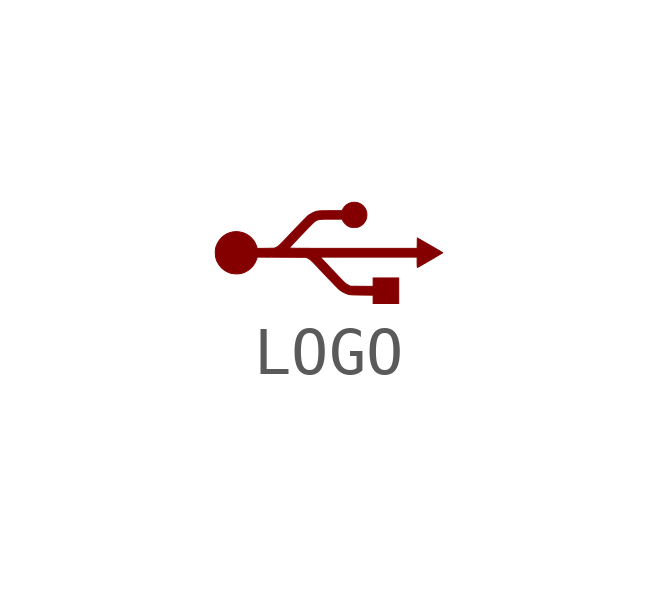
<source format=kicad_sym>
(kicad_symbol_lib
  (version 20220914)
  (generator bitmap2component)
  (symbol "LOGO"
    (pin_names
      (offset 1.016))
    (property "Reference" "#G"
      (at 0 0.564 0)
      (effects (font (size 1.27 1.27)) hide))
    (symbol "LOGO_0_0"
      (polyline (pts (xy 1.459 -0.792) (xy 1.459 -0.526) (xy 1.192 -0.526) (xy 0.926 -0.526) (xy 0.926 -0.614) (xy 0.926 -0.702) (xy 0.688 -0.7) (xy 0.451 -0.698) (xy 0.397 -0.67) (xy 0.389 -0.665) (xy 0.373 -0.656) (xy 0.358 -0.646) (xy 0.342 -0.633) (xy 0.323 -0.616) (xy 0.301 -0.594) (xy 0.273 -0.565) (xy 0.238 -0.529) (xy 0.195 -0.484) (xy 0.156 -0.442) (xy 0.108 -0.392) (xy 0.06 -0.341) (xy 0.013 -0.291) (xy -0.029 -0.246) (xy -0.065 -0.209) (xy -0.177 -0.091) (xy 0.834 -0.091) (xy 1.844 -0.091) (xy 1.844 -0.201) (xy 1.844 -0.223) (xy 1.845 -0.257) (xy 1.846 -0.284) (xy 1.848 -0.302) (xy 1.85 -0.307) (xy 1.857 -0.304) (xy 1.875 -0.294) (xy 1.902 -0.279) (xy 1.936 -0.259) (xy 1.976 -0.236) (xy 2.021 -0.21) (xy 2.068 -0.183) (xy 2.117 -0.154) (xy 2.166 -0.126) (xy 2.213 -0.098) (xy 2.257 -0.072) (xy 2.296 -0.049) (xy 2.329 -0.029) (xy 2.355 -0.014) (xy 2.371 -0.004) (xy 2.377 -0.000200) (xy 2.374 0.002) (xy 2.361 0.01) (xy 2.338 0.024) (xy 2.306 0.043) (xy 2.266 0.067) (xy 2.219 0.094) (xy 2.168 0.124) (xy 2.112 0.156) (xy 1.848 0.308) (xy 1.846 0.2) (xy 1.844 0.091) (xy 0.507 0.091) (xy 0.419 0.091) (xy 0.266 0.091) (xy 0.126 0.091) (xy -0.002 0.091) (xy -0.118 0.091) (xy -0.223 0.091) (xy -0.316 0.091) (xy -0.4 0.092) (xy -0.473 0.092) (xy -0.538 0.092) (xy -0.595 0.092) (xy -0.643 0.093) (xy -0.684 0.093) (xy -0.718 0.094) (xy -0.747 0.094) (xy -0.769 0.095) (xy -0.787 0.096) (xy -0.8 0.097) (xy -0.809 0.098) (xy -0.816 0.099) (xy -0.819 0.1) (xy -0.821 0.102) (xy -0.821 0.103) (xy -0.82 0.105) (xy -0.819 0.105) (xy -0.81 0.116) (xy -0.793 0.134) (xy -0.768 0.161) (xy -0.737 0.195) (xy -0.7 0.234) (xy -0.658 0.278) (xy -0.613 0.326) (xy -0.565 0.377) (xy -0.551 0.391) (xy -0.491 0.454) (xy -0.438 0.509) (xy -0.391 0.557) (xy -0.352 0.596) (xy -0.321 0.626) (xy -0.298 0.647) (xy -0.284 0.658) (xy -0.272 0.665) (xy -0.254 0.675) (xy -0.234 0.683) (xy -0.213 0.689) (xy -0.188 0.694) (xy -0.157 0.697) (xy -0.118 0.699) (xy -0.071 0.701) (xy -0.013 0.701) (xy 0.057 0.701) (xy 0.279 0.701) (xy 0.295 0.668) (xy 0.311 0.642) (xy 0.342 0.605) (xy 0.379 0.572) (xy 0.419 0.548) (xy 0.434 0.541) (xy 0.453 0.535) (xy 0.473 0.531) (xy 0.498 0.53) (xy 0.533 0.529) (xy 0.564 0.53) (xy 0.59 0.531) (xy 0.609 0.534) (xy 0.627 0.54) (xy 0.647 0.549) (xy 0.651 0.551) (xy 0.7 0.583) (xy 0.739 0.624) (xy 0.769 0.671) (xy 0.788 0.722) (xy 0.796 0.776) (xy 0.794 0.83) (xy 0.78 0.883) (xy 0.755 0.933) (xy 0.718 0.979) (xy 0.675 1.013) (xy 0.624 1.038) (xy 0.57 1.051) (xy 0.515 1.053) (xy 0.462 1.044) (xy 0.411 1.025) (xy 0.365 0.996) (xy 0.325 0.956) (xy 0.294 0.907) (xy 0.279 0.877) (xy 0.037 0.877) (xy 0.003 0.877) (xy -0.063 0.876) (xy -0.116 0.876) (xy -0.161 0.874) (xy -0.197 0.872) (xy -0.226 0.869) (xy -0.252 0.864) (xy -0.274 0.858) (xy -0.296 0.85) (xy -0.318 0.84) (xy -0.343 0.828) (xy -0.346 0.826) (xy -0.377 0.809) (xy -0.408 0.79) (xy -0.432 0.773) (xy -0.441 0.765) (xy -0.46 0.747) (xy -0.486 0.72) (xy -0.52 0.686) (xy -0.559 0.646) (xy -0.603 0.601) (xy -0.651 0.551) (xy -0.702 0.498) (xy -0.754 0.442) (xy -0.761 0.435) (xy -0.821 0.372) (xy -0.871 0.319) (xy -0.914 0.274) (xy -0.95 0.237) (xy -0.98 0.207) (xy -1.004 0.182) (xy -1.024 0.163) (xy -1.041 0.148) (xy -1.054 0.137) (xy -1.066 0.129) (xy -1.076 0.122) (xy -1.087 0.117) (xy -1.132 0.095) (xy -1.312 0.092) (xy -1.491 0.09) (xy -1.504 0.131) (xy -1.528 0.192) (xy -1.565 0.255) (xy -1.612 0.31) (xy -1.666 0.356) (xy -1.726 0.393) (xy -1.791 0.419) (xy -1.859 0.435) (xy -1.929 0.441) (xy -2 0.435) (xy -2.07 0.417) (xy -2.137 0.388) (xy -2.2 0.346) (xy -2.231 0.319) (xy -2.283 0.26) (xy -2.324 0.192) (xy -2.354 0.116) (xy -2.361 0.085) (xy -2.366 0.033) (xy -2.366 -0.023) (xy -2.361 -0.078) (xy -2.35 -0.126) (xy -2.334 -0.172) (xy -2.297 -0.239) (xy -2.251 -0.299) (xy -2.195 -0.351) (xy -2.131 -0.392) (xy -2.062 -0.422) (xy -2.039 -0.428) (xy -1.987 -0.437) (xy -1.93 -0.441) (xy -1.875 -0.439) (xy -1.827 -0.432) (xy -1.826 -0.432) (xy -1.754 -0.408) (xy -1.688 -0.372) (xy -1.628 -0.326) (xy -1.577 -0.27) (xy -1.536 -0.207) (xy -1.506 -0.138) (xy -1.491 -0.091) (xy -0.982 -0.093) (xy -0.473 -0.095) (xy -0.434 -0.114) (xy -0.426 -0.118) (xy -0.416 -0.123) (xy -0.406 -0.129) (xy -0.396 -0.137) (xy -0.384 -0.146) (xy -0.369 -0.159) (xy -0.352 -0.175) (xy -0.331 -0.196) (xy -0.305 -0.222) (xy -0.274 -0.255) (xy -0.236 -0.294) (xy -0.191 -0.342) (xy -0.138 -0.398) (xy -0.076 -0.463) (xy -0.053 -0.487) (xy -0.004 -0.539) (xy 0.044 -0.589) (xy 0.088 -0.635) (xy 0.127 -0.676) (xy 0.162 -0.711) (xy 0.189 -0.739) (xy 0.209 -0.758) (xy 0.221 -0.769) (xy 0.225 -0.772) (xy 0.277 -0.808) (xy 0.336 -0.839) (xy 0.396 -0.863) (xy 0.402 -0.865) (xy 0.415 -0.869) (xy 0.43 -0.872) (xy 0.446 -0.875) (xy 0.467 -0.876) (xy 0.492 -0.878) (xy 0.526 -0.879) (xy 0.568 -0.88) (xy 0.62 -0.881) (xy 0.685 -0.882) (xy 0.926 -0.885) (xy 0.926 -0.972) (xy 0.926 -1.059) (xy 1.192 -1.059) (xy 1.459 -1.059) (xy 1.459 -0.792)) (stroke (width 0.01) (type default)) (fill (type outline))))))
</source>
